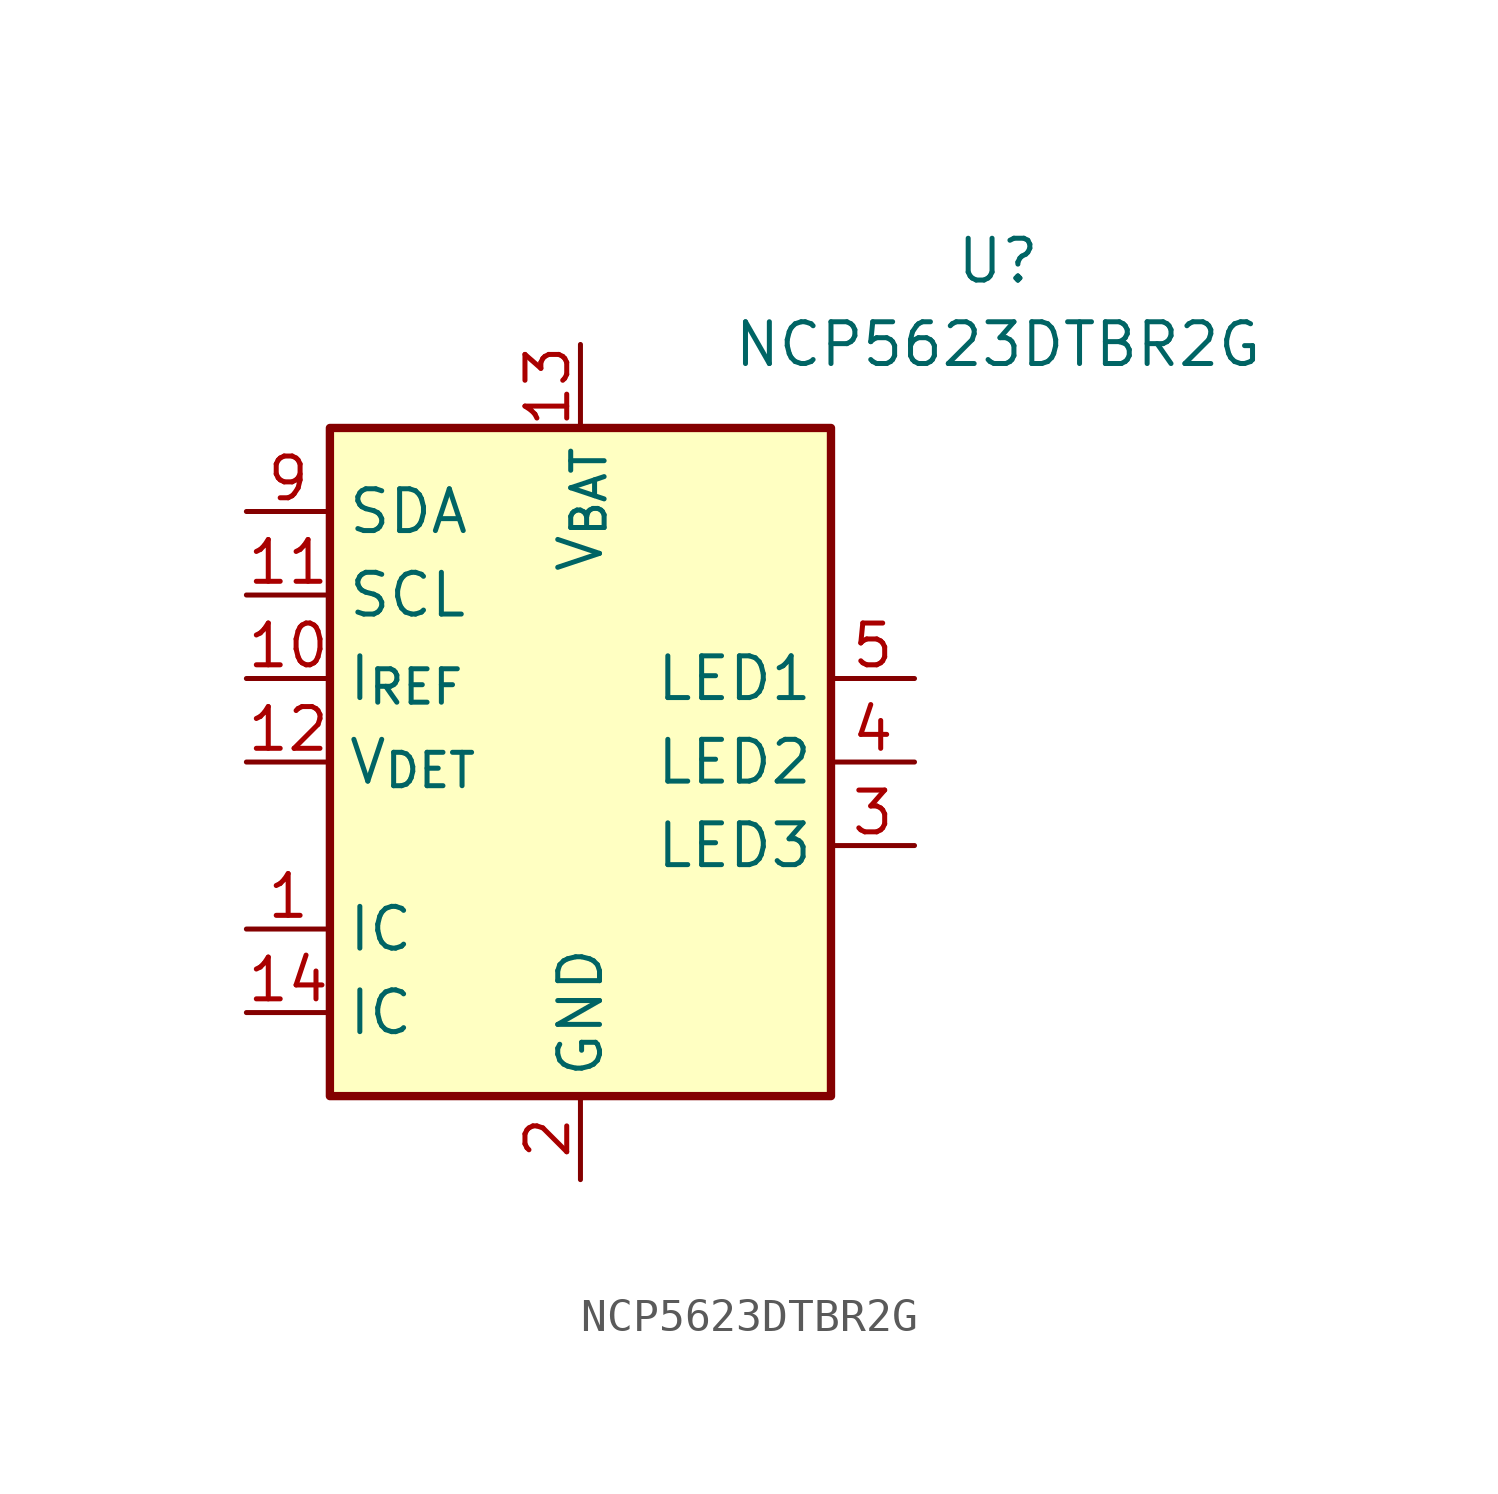
<source format=kicad_sym>
(kicad_symbol_lib
  (version 20211014)
  (generator kicad_symbol_editor)
  (symbol "NCP5623DTBR2G"
    (property "Reference" "U"
      (at 12.7 15.24 0)
      (effects (font (size 1.27 1.27))))
    (property "Value" "NCP5623DTBR2G"
      (at 12.7 12.7 0)
      (effects (font (size 1.27 1.27))))
    (symbol "NCP5623DTBR2G_0_1"
      (rectangle (start -7.62 10.16) (end 7.62 -10.16) (stroke (width 0.254) (type default)) (fill (type background))))
    (symbol "NCP5623DTBR2G_1_1"
      (pin passive line (at -10.16 -5.08 0) (length 2.54) (name "IC" (effects (font (size 1.27 1.27)))) (number "1" (effects (font (size 1.27 1.27)))))
      (pin passive line (at -10.16 2.54 0) (length 2.54) (name "I_{REF}" (effects (font (size 1.27 1.27)))) (number "10" (effects (font (size 1.27 1.27)))))
      (pin input line (at -10.16 5.08 0) (length 2.54) (name "SCL" (effects (font (size 1.27 1.27)))) (number "11" (effects (font (size 1.27 1.27)))))
      (pin input line (at -10.16 0 0) (length 2.54) (name "V_{DET}" (effects (font (size 1.27 1.27)))) (number "12" (effects (font (size 1.27 1.27)))))
      (pin power_in line (at 0 12.7 270) (length 2.54) (name "V_{BAT}" (effects (font (size 1.27 1.27)))) (number "13" (effects (font (size 1.27 1.27)))))
      (pin passive line (at -10.16 -7.62 0) (length 2.54) (name "IC" (effects (font (size 1.27 1.27)))) (number "14" (effects (font (size 1.27 1.27)))))
      (pin power_in line (at 0 -12.7 90) (length 2.54) (name "GND" (effects (font (size 1.27 1.27)))) (number "2" (effects (font (size 1.27 1.27)))))
      (pin open_collector line (at 10.16 -2.54 180) (length 2.54) (name "LED3" (effects (font (size 1.27 1.27)))) (number "3" (effects (font (size 1.27 1.27)))))
      (pin open_collector line (at 10.16 0 180) (length 2.54) (name "LED2" (effects (font (size 1.27 1.27)))) (number "4" (effects (font (size 1.27 1.27)))))
      (pin open_collector line (at 10.16 2.54 180) (length 2.54) (name "LED1" (effects (font (size 1.27 1.27)))) (number "5" (effects (font (size 1.27 1.27)))))
      (pin passive line (at 0 -12.7 90) (length 2.54) hide (name "GND" (effects (font (size 1.27 1.27)))) (number "6" (effects (font (size 1.27 1.27)))))
      (pin no_connect line (at 7.62 -7.62 180) (length 2.54) hide (name "NC" (effects (font (size 1.27 1.27)))) (number "7" (effects (font (size 1.27 1.27)))))
      (pin no_connect line (at 7.62 7.62 180) (length 2.54) hide (name "NC" (effects (font (size 1.27 1.27)))) (number "8" (effects (font (size 1.27 1.27)))))
      (pin bidirectional line (at -10.16 7.62 0) (length 2.54) (name "SDA" (effects (font (size 1.27 1.27)))) (number "9" (effects (font (size 1.27 1.27))))))))
</source>
